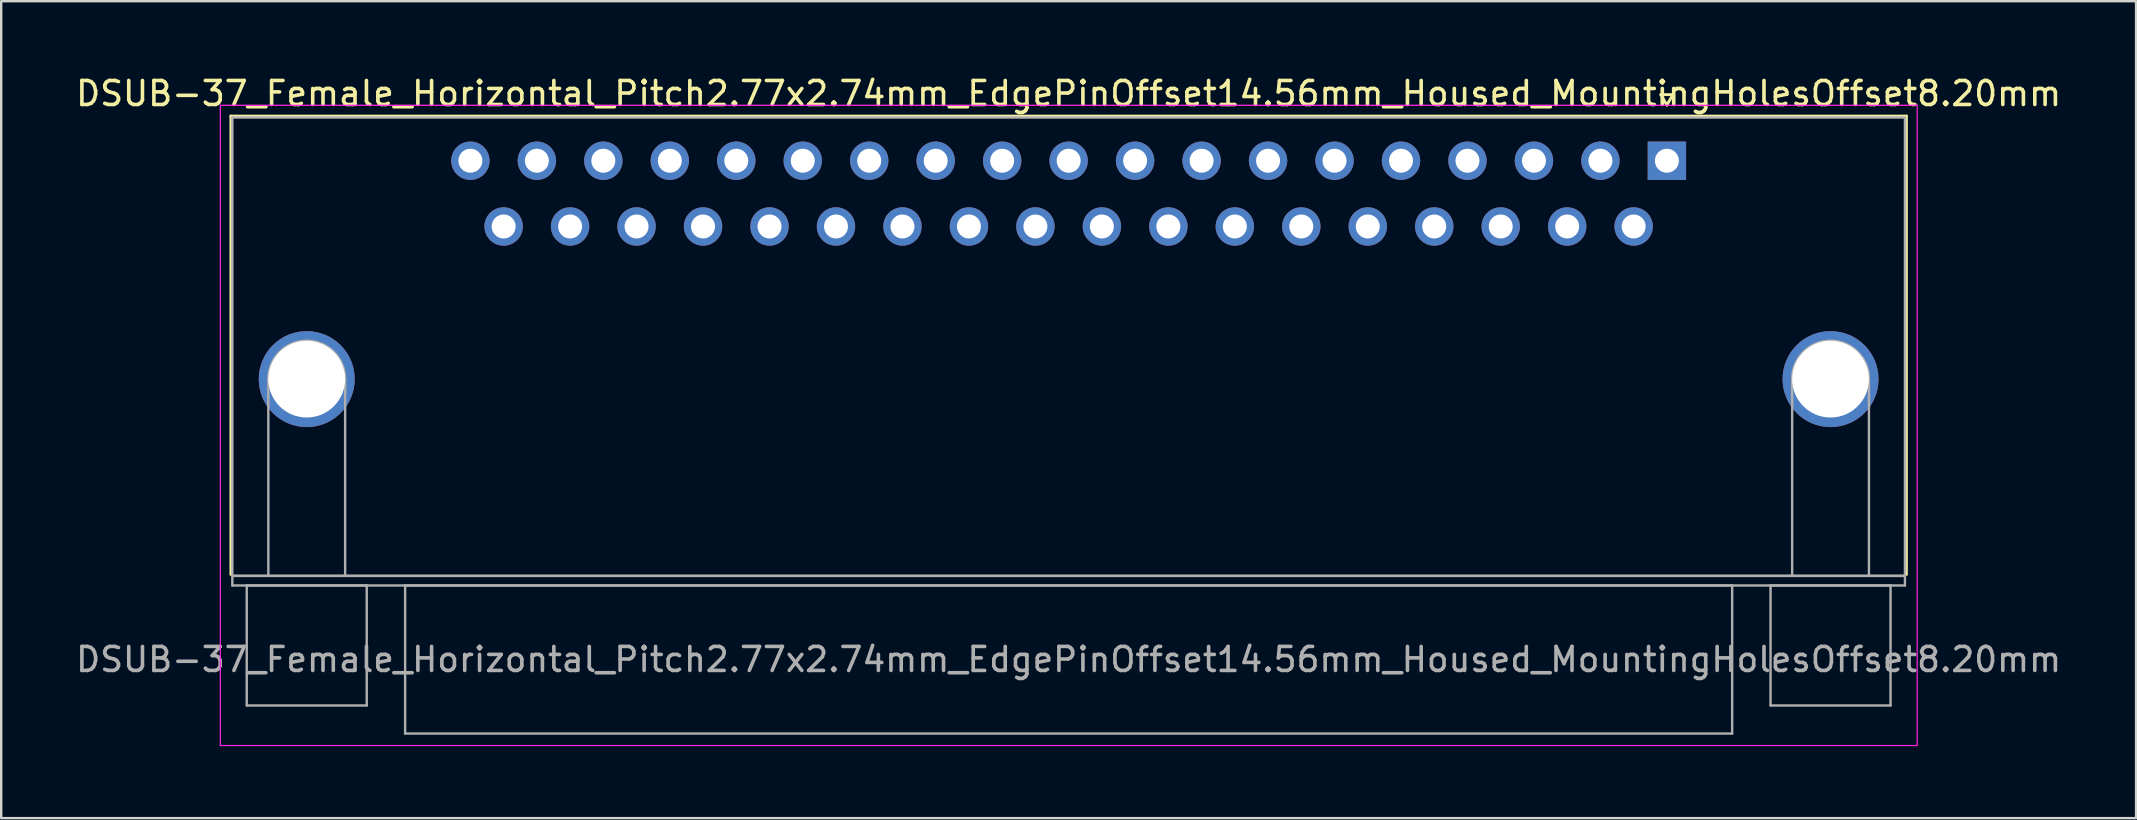
<source format=kicad_pcb>
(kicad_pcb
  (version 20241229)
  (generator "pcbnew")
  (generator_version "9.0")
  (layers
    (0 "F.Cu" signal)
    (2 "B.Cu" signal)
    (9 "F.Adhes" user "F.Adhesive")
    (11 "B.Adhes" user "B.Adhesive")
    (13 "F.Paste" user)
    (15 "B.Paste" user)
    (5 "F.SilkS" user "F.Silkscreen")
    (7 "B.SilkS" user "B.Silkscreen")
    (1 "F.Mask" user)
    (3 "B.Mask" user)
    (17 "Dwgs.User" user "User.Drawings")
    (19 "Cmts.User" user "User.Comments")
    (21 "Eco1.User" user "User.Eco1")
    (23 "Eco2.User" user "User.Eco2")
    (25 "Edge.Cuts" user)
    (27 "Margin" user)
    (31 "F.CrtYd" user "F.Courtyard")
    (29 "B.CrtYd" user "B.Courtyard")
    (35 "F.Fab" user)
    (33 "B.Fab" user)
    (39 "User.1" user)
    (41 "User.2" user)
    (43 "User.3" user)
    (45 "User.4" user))
  (footprint "DSUB-37_Female_Horizontal_Pitch2.77x2.74mm_EdgePinOffset14.56mm_Housed_MountingHolesOffset8.20mm"
    (layer "F.Cu")
    (at 66.412 3.648)
    (property "Reference" "DSUB-37_Female_Horizontal_Pitch2.77x2.74mm_EdgePinOffset14.56mm_Housed_MountingHolesOffset8.20mm" (at -24.93 -2.8 0) (layer "F.SilkS") (effects (font (size 1 1) (thickness 0.15))))
    (attr through_hole)
    (fp_line (start -59.84 -1.86) (end 9.98 -1.86) (stroke (width 0.12) (type solid)) (layer "F.SilkS"))
    (fp_line (start -59.84 17.24) (end -59.84 -1.86) (stroke (width 0.12) (type solid)) (layer "F.SilkS"))
    (fp_line (start -0.25 -2.754) (end 0.25 -2.754) (stroke (width 0.12) (type solid)) (layer "F.SilkS"))
    (fp_line (start 0 -2.321) (end -0.25 -2.754) (stroke (width 0.12) (type solid)) (layer "F.SilkS"))
    (fp_line (start 0.25 -2.754) (end 0 -2.321) (stroke (width 0.12) (type solid)) (layer "F.SilkS"))
    (fp_line (start 9.98 -1.86) (end 9.98 17.24) (stroke (width 0.12) (type solid)) (layer "F.SilkS"))
    (fp_line (start -60.28 -2.31) (end -60.28 24.37) (stroke (width 0.05) (type solid)) (layer "F.CrtYd"))
    (fp_line (start -60.28 24.37) (end 10.43 24.37) (stroke (width 0.05) (type solid)) (layer "F.CrtYd"))
    (fp_line (start 10.43 -2.31) (end -60.28 -2.31) (stroke (width 0.05) (type solid)) (layer "F.CrtYd"))
    (fp_line (start 10.43 24.37) (end 10.43 -2.31) (stroke (width 0.05) (type solid)) (layer "F.CrtYd"))
    (fp_line (start -59.78 -1.8) (end -59.78 17.3) (stroke (width 0.1) (type solid)) (layer "F.Fab"))
    (fp_line (start -59.78 17.3) (end -59.78 17.7) (stroke (width 0.1) (type solid)) (layer "F.Fab"))
    (fp_line (start -59.78 17.3) (end 9.92 17.3) (stroke (width 0.1) (type solid)) (layer "F.Fab"))
    (fp_line (start -59.78 17.7) (end 9.92 17.7) (stroke (width 0.1) (type solid)) (layer "F.Fab"))
    (fp_line (start -59.18 17.7) (end -59.18 22.7) (stroke (width 0.1) (type solid)) (layer "F.Fab"))
    (fp_line (start -59.18 22.7) (end -54.18 22.7) (stroke (width 0.1) (type solid)) (layer "F.Fab"))
    (fp_line (start -58.28 17.3) (end -58.28 9.1) (stroke (width 0.1) (type solid)) (layer "F.Fab"))
    (fp_line (start -55.08 17.3) (end -55.08 9.1) (stroke (width 0.1) (type solid)) (layer "F.Fab"))
    (fp_line (start -54.18 17.7) (end -59.18 17.7) (stroke (width 0.1) (type solid)) (layer "F.Fab"))
    (fp_line (start -54.18 22.7) (end -54.18 17.7) (stroke (width 0.1) (type solid)) (layer "F.Fab"))
    (fp_line (start -52.58 17.7) (end -52.58 23.87) (stroke (width 0.1) (type solid)) (layer "F.Fab"))
    (fp_line (start -52.58 23.87) (end 2.72 23.87) (stroke (width 0.1) (type solid)) (layer "F.Fab"))
    (fp_line (start 2.72 17.7) (end -52.58 17.7) (stroke (width 0.1) (type solid)) (layer "F.Fab"))
    (fp_line (start 2.72 23.87) (end 2.72 17.7) (stroke (width 0.1) (type solid)) (layer "F.Fab"))
    (fp_line (start 4.32 17.7) (end 4.32 22.7) (stroke (width 0.1) (type solid)) (layer "F.Fab"))
    (fp_line (start 4.32 22.7) (end 9.32 22.7) (stroke (width 0.1) (type solid)) (layer "F.Fab"))
    (fp_line (start 5.22 17.3) (end 5.22 9.1) (stroke (width 0.1) (type solid)) (layer "F.Fab"))
    (fp_line (start 8.42 17.3) (end 8.42 9.1) (stroke (width 0.1) (type solid)) (layer "F.Fab"))
    (fp_line (start 9.32 17.7) (end 4.32 17.7) (stroke (width 0.1) (type solid)) (layer "F.Fab"))
    (fp_line (start 9.32 22.7) (end 9.32 17.7) (stroke (width 0.1) (type solid)) (layer "F.Fab"))
    (fp_line (start 9.92 -1.8) (end -59.78 -1.8) (stroke (width 0.1) (type solid)) (layer "F.Fab"))
    (fp_line (start 9.92 17.3) (end -59.78 17.3) (stroke (width 0.1) (type solid)) (layer "F.Fab"))
    (fp_line (start 9.92 17.3) (end 9.92 -1.8) (stroke (width 0.1) (type solid)) (layer "F.Fab"))
    (fp_line (start 9.92 17.7) (end 9.92 17.3) (stroke (width 0.1) (type solid)) (layer "F.Fab"))
    (fp_arc (start -58.28 9.1) (mid -56.68 7.5) (end -55.08 9.1) (stroke (width 0.1) (type solid)) (layer "F.Fab"))
    (fp_arc (start 5.22 9.1) (mid 6.82 7.5) (end 8.42 9.1) (stroke (width 0.1) (type solid)) (layer "F.Fab"))
    (fp_text user "${REFERENCE}" (at -24.93 20.785 0) (layer "F.Fab") (effects (font (size 1 1) (thickness 0.15))))
    (pad "0" thru_hole circle (at -56.68 9.1) (size 4 4) (drill 3.2) (layers "*.Cu" "*.Mask"))
    (pad "0" thru_hole circle (at 6.82 9.1) (size 4 4) (drill 3.2) (layers "*.Cu" "*.Mask"))
    (pad "1" thru_hole rect (at 0 0) (size 1.6 1.6) (drill 1) (layers "*.Cu" "*.Mask"))
    (pad "2" thru_hole circle (at -2.77 0) (size 1.6 1.6) (drill 1) (layers "*.Cu" "*.Mask"))
    (pad "3" thru_hole circle (at -5.54 0) (size 1.6 1.6) (drill 1) (layers "*.Cu" "*.Mask"))
    (pad "4" thru_hole circle (at -8.31 0) (size 1.6 1.6) (drill 1) (layers "*.Cu" "*.Mask"))
    (pad "5" thru_hole circle (at -11.08 0) (size 1.6 1.6) (drill 1) (layers "*.Cu" "*.Mask"))
    (pad "6" thru_hole circle (at -13.85 0) (size 1.6 1.6) (drill 1) (layers "*.Cu" "*.Mask"))
    (pad "7" thru_hole circle (at -16.62 0) (size 1.6 1.6) (drill 1) (layers "*.Cu" "*.Mask"))
    (pad "8" thru_hole circle (at -19.39 0) (size 1.6 1.6) (drill 1) (layers "*.Cu" "*.Mask"))
    (pad "9" thru_hole circle (at -22.16 0) (size 1.6 1.6) (drill 1) (layers "*.Cu" "*.Mask"))
    (pad "10" thru_hole circle (at -24.93 0) (size 1.6 1.6) (drill 1) (layers "*.Cu" "*.Mask"))
    (pad "11" thru_hole circle (at -27.7 0) (size 1.6 1.6) (drill 1) (layers "*.Cu" "*.Mask"))
    (pad "12" thru_hole circle (at -30.47 0) (size 1.6 1.6) (drill 1) (layers "*.Cu" "*.Mask"))
    (pad "13" thru_hole circle (at -33.24 0) (size 1.6 1.6) (drill 1) (layers "*.Cu" "*.Mask"))
    (pad "14" thru_hole circle (at -36.01 0) (size 1.6 1.6) (drill 1) (layers "*.Cu" "*.Mask"))
    (pad "15" thru_hole circle (at -38.78 0) (size 1.6 1.6) (drill 1) (layers "*.Cu" "*.Mask"))
    (pad "16" thru_hole circle (at -41.55 0) (size 1.6 1.6) (drill 1) (layers "*.Cu" "*.Mask"))
    (pad "17" thru_hole circle (at -44.32 0) (size 1.6 1.6) (drill 1) (layers "*.Cu" "*.Mask"))
    (pad "18" thru_hole circle (at -47.09 0) (size 1.6 1.6) (drill 1) (layers "*.Cu" "*.Mask"))
    (pad "19" thru_hole circle (at -49.86 0) (size 1.6 1.6) (drill 1) (layers "*.Cu" "*.Mask"))
    (pad "20" thru_hole circle (at -1.385 2.74) (size 1.6 1.6) (drill 1) (layers "*.Cu" "*.Mask"))
    (pad "21" thru_hole circle (at -4.155 2.74) (size 1.6 1.6) (drill 1) (layers "*.Cu" "*.Mask"))
    (pad "22" thru_hole circle (at -6.925 2.74) (size 1.6 1.6) (drill 1) (layers "*.Cu" "*.Mask"))
    (pad "23" thru_hole circle (at -9.695 2.74) (size 1.6 1.6) (drill 1) (layers "*.Cu" "*.Mask"))
    (pad "24" thru_hole circle (at -12.465 2.74) (size 1.6 1.6) (drill 1) (layers "*.Cu" "*.Mask"))
    (pad "25" thru_hole circle (at -15.235 2.74) (size 1.6 1.6) (drill 1) (layers "*.Cu" "*.Mask"))
    (pad "26" thru_hole circle (at -18.005 2.74) (size 1.6 1.6) (drill 1) (layers "*.Cu" "*.Mask"))
    (pad "27" thru_hole circle (at -20.775 2.74) (size 1.6 1.6) (drill 1) (layers "*.Cu" "*.Mask"))
    (pad "28" thru_hole circle (at -23.545 2.74) (size 1.6 1.6) (drill 1) (layers "*.Cu" "*.Mask"))
    (pad "29" thru_hole circle (at -26.315 2.74) (size 1.6 1.6) (drill 1) (layers "*.Cu" "*.Mask"))
    (pad "30" thru_hole circle (at -29.085 2.74) (size 1.6 1.6) (drill 1) (layers "*.Cu" "*.Mask"))
    (pad "31" thru_hole circle (at -31.855 2.74) (size 1.6 1.6) (drill 1) (layers "*.Cu" "*.Mask"))
    (pad "32" thru_hole circle (at -34.625 2.74) (size 1.6 1.6) (drill 1) (layers "*.Cu" "*.Mask"))
    (pad "33" thru_hole circle (at -37.395 2.74) (size 1.6 1.6) (drill 1) (layers "*.Cu" "*.Mask"))
    (pad "34" thru_hole circle (at -40.165 2.74) (size 1.6 1.6) (drill 1) (layers "*.Cu" "*.Mask"))
    (pad "35" thru_hole circle (at -42.935 2.74) (size 1.6 1.6) (drill 1) (layers "*.Cu" "*.Mask"))
    (pad "36" thru_hole circle (at -45.705 2.74) (size 1.6 1.6) (drill 1) (layers "*.Cu" "*.Mask"))
    (pad "37" thru_hole circle (at -48.475 2.74) (size 1.6 1.6) (drill 1) (layers "*.Cu" "*.Mask")))
  (gr_rect
    (start -3 -3)
    (end 85.964 31.043)
    (stroke (width 0.1) (type default))
    (fill no)
    (layer "Edge.Cuts")))
</source>
